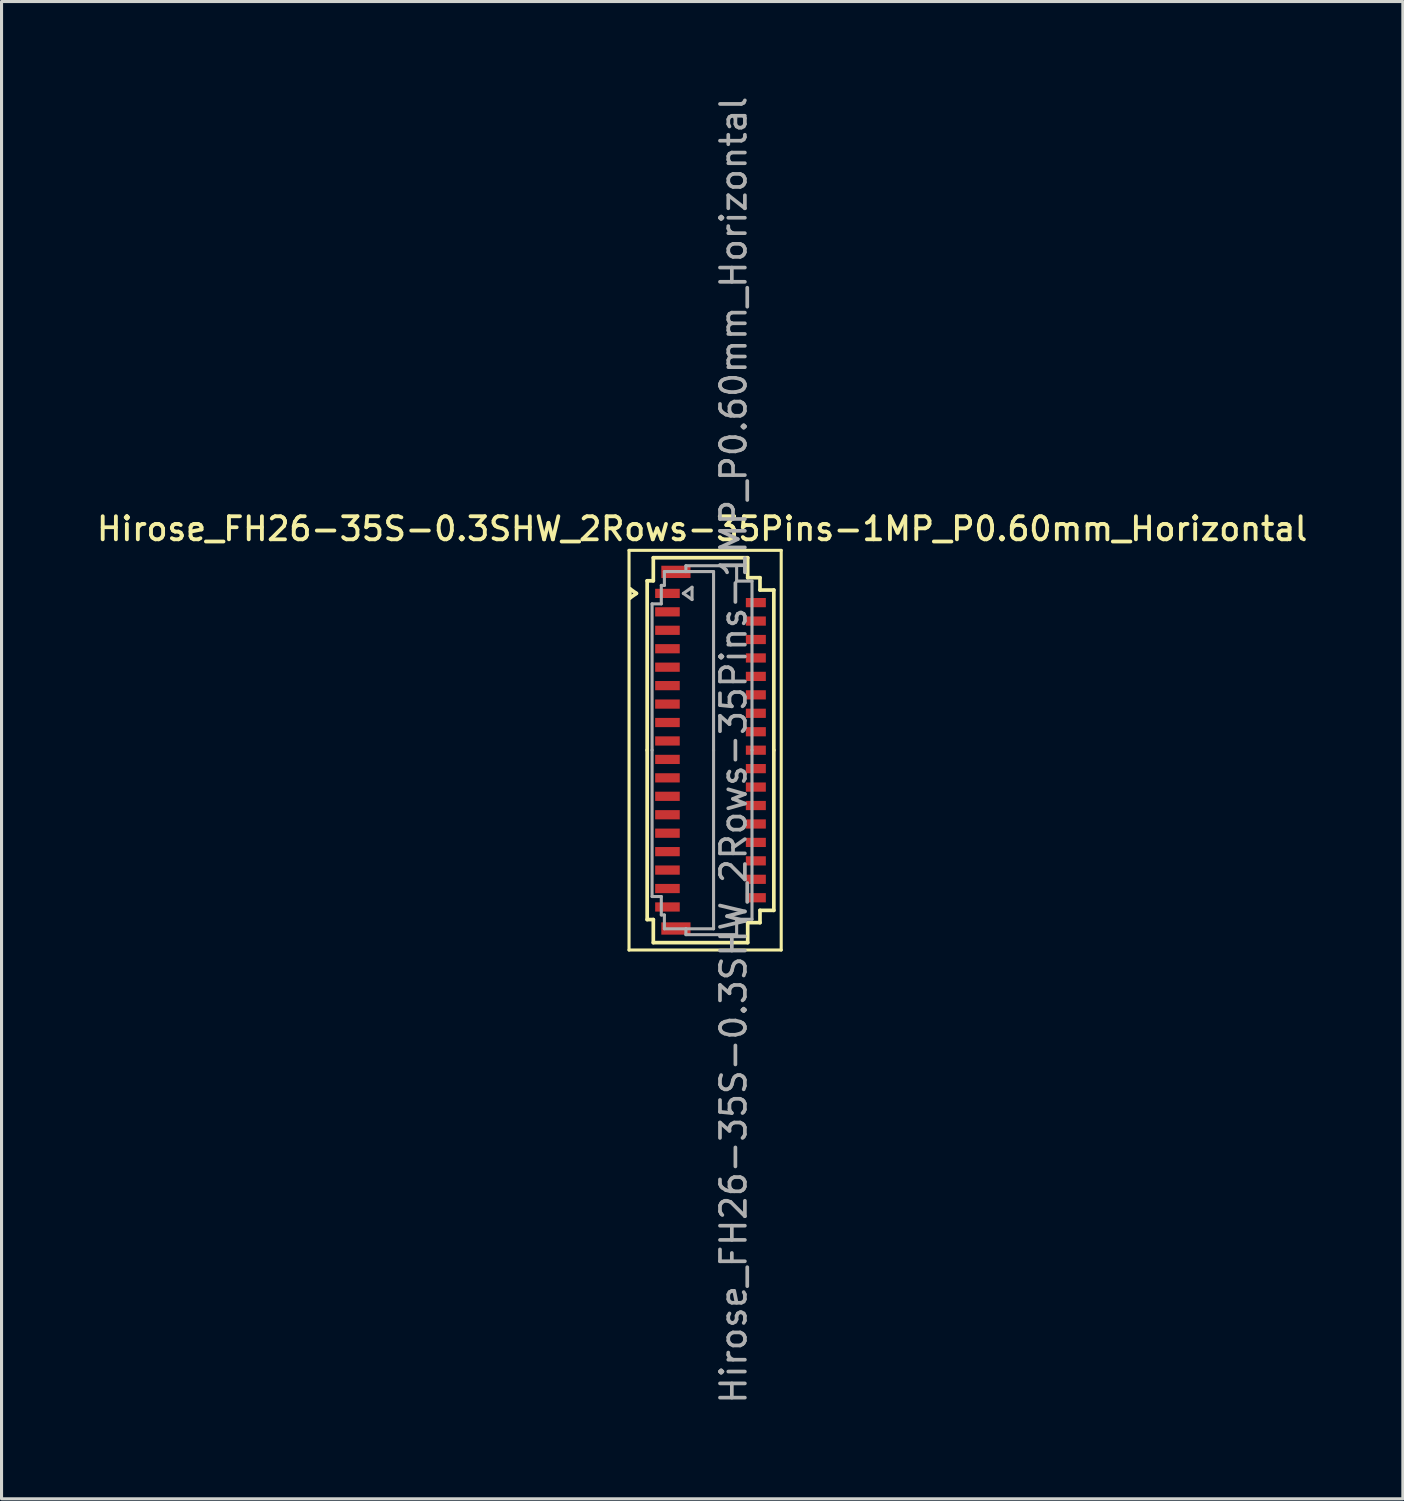
<source format=kicad_pcb>
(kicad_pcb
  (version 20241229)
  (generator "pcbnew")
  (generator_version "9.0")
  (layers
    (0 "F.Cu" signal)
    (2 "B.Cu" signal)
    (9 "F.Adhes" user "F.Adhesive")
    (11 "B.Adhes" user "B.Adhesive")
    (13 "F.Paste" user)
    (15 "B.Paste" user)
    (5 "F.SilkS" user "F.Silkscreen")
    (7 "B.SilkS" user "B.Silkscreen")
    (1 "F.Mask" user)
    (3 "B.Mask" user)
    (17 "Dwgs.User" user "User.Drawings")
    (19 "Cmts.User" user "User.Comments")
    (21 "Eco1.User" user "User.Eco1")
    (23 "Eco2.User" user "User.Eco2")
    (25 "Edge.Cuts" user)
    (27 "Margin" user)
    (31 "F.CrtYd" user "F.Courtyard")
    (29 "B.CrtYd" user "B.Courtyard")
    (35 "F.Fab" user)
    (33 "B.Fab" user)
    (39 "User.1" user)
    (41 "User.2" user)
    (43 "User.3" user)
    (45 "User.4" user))
  (footprint "Hirose_FH26-35S-0.3SHW_2Rows-35Pins-1MP_P0.60mm_Horizontal"
    (layer "F.Cu")
    (at 20.061 21.352)
    (property "Reference" "Hirose_FH26-35S-0.3SHW_2Rows-35Pins-1MP_P0.60mm_Horizontal" (at -0.27 -7.2 0) (layer "F.SilkS") (effects (font (size 0.75 0.75) (thickness 0.125))))
    (attr smd)
    (fp_line (start -2.65 -6.5) (end -2.65 6.5) (stroke (width 0.1) (type solid)) (layer "F.SilkS"))
    (fp_line (start -2.65 6.5) (end 2.3 6.5) (stroke (width 0.1) (type solid)) (layer "F.SilkS"))
    (fp_line (start -2.622 -5.25) (end -2.41 -5.1) (stroke (width 0.12) (type solid)) (layer "F.SilkS"))
    (fp_line (start -2.622 -4.95) (end -2.622 -5.25) (stroke (width 0.12) (type solid)) (layer "F.SilkS"))
    (fp_line (start -2.41 -5.1) (end -2.622 -4.95) (stroke (width 0.12) (type solid)) (layer "F.SilkS"))
    (fp_line (start -2.06 -5.51) (end -2.06 0) (stroke (width 0.12) (type solid)) (layer "F.SilkS"))
    (fp_line (start -2.06 5.51) (end -2.06 0) (stroke (width 0.12) (type solid)) (layer "F.SilkS"))
    (fp_line (start -1.86 -6.26) (end -1.86 -5.51) (stroke (width 0.12) (type solid)) (layer "F.SilkS"))
    (fp_line (start -1.86 -5.51) (end -2.06 -5.51) (stroke (width 0.12) (type solid)) (layer "F.SilkS"))
    (fp_line (start -1.86 5.51) (end -2.06 5.51) (stroke (width 0.12) (type solid)) (layer "F.SilkS"))
    (fp_line (start -1.86 6.26) (end -1.86 5.51) (stroke (width 0.12) (type solid)) (layer "F.SilkS"))
    (fp_line (start 1.21 -6.26) (end -1.86 -6.26) (stroke (width 0.12) (type solid)) (layer "F.SilkS"))
    (fp_line (start 1.21 -5.61) (end 1.21 -6.26) (stroke (width 0.12) (type solid)) (layer "F.SilkS"))
    (fp_line (start 1.21 5.61) (end 1.21 6.26) (stroke (width 0.12) (type solid)) (layer "F.SilkS"))
    (fp_line (start 1.21 6.26) (end -1.86 6.26) (stroke (width 0.12) (type solid)) (layer "F.SilkS"))
    (fp_line (start 1.61 -5.61) (end 1.21 -5.61) (stroke (width 0.12) (type solid)) (layer "F.SilkS"))
    (fp_line (start 1.61 -5.21) (end 1.61 -5.61) (stroke (width 0.12) (type solid)) (layer "F.SilkS"))
    (fp_line (start 1.61 5.21) (end 1.61 5.61) (stroke (width 0.12) (type solid)) (layer "F.SilkS"))
    (fp_line (start 1.61 5.61) (end 1.21 5.61) (stroke (width 0.12) (type solid)) (layer "F.SilkS"))
    (fp_line (start 2.06 -5.21) (end 1.61 -5.21) (stroke (width 0.12) (type solid)) (layer "F.SilkS"))
    (fp_line (start 2.06 0) (end 2.06 -5.21) (stroke (width 0.12) (type solid)) (layer "F.SilkS"))
    (fp_line (start 2.06 0) (end 2.06 5.21) (stroke (width 0.12) (type solid)) (layer "F.SilkS"))
    (fp_line (start 2.06 5.21) (end 1.61 5.21) (stroke (width 0.12) (type solid)) (layer "F.SilkS"))
    (fp_line (start 2.3 -6.5) (end -2.65 -6.5) (stroke (width 0.1) (type solid)) (layer "F.SilkS"))
    (fp_line (start 2.3 6.5) (end 2.3 -6.5) (stroke (width 0.1) (type solid)) (layer "F.SilkS"))
    (fp_line (start -1.9 -4.76) (end -1.6 -4.76) (stroke (width 0.1) (type solid)) (layer "F.Fab"))
    (fp_line (start -1.9 0) (end -1.9 -4.76) (stroke (width 0.1) (type solid)) (layer "F.Fab"))
    (fp_line (start -1.9 0) (end -1.9 4.76) (stroke (width 0.1) (type solid)) (layer "F.Fab"))
    (fp_line (start -1.9 4.76) (end -1.6 4.76) (stroke (width 0.1) (type solid)) (layer "F.Fab"))
    (fp_line (start -1.6 -5.36) (end -1.5 -5.36) (stroke (width 0.1) (type solid)) (layer "F.Fab"))
    (fp_line (start -1.6 -4.76) (end -1.6 -5.36) (stroke (width 0.1) (type solid)) (layer "F.Fab"))
    (fp_line (start -1.6 4.76) (end -1.6 5.36) (stroke (width 0.1) (type solid)) (layer "F.Fab"))
    (fp_line (start -1.6 5.36) (end -1.5 5.36) (stroke (width 0.1) (type solid)) (layer "F.Fab"))
    (fp_line (start -1.5 -5.81) (end -0.8 -5.81) (stroke (width 0.1) (type solid)) (layer "F.Fab"))
    (fp_line (start -1.5 -5.36) (end -1.5 -5.81) (stroke (width 0.1) (type solid)) (layer "F.Fab"))
    (fp_line (start -1.5 5.36) (end -1.5 5.81) (stroke (width 0.1) (type solid)) (layer "F.Fab"))
    (fp_line (start -1.5 5.81) (end -0.8 5.81) (stroke (width 0.1) (type solid)) (layer "F.Fab"))
    (fp_line (start -0.883 -5.1) (end -0.6 -4.9) (stroke (width 0.1) (type solid)) (layer "F.Fab"))
    (fp_line (start -0.8 -6) (end 0.85 -6) (stroke (width 0.1) (type solid)) (layer "F.Fab"))
    (fp_line (start -0.8 -5.81) (end -0.8 -6) (stroke (width 0.1) (type solid)) (layer "F.Fab"))
    (fp_line (start -0.8 5.81) (end -0.8 6) (stroke (width 0.1) (type solid)) (layer "F.Fab"))
    (fp_line (start -0.8 6) (end 0.85 6) (stroke (width 0.1) (type solid)) (layer "F.Fab"))
    (fp_line (start -0.6 -5.3) (end -0.883 -5.1) (stroke (width 0.1) (type solid)) (layer "F.Fab"))
    (fp_line (start -0.6 -4.9) (end -0.6 -5.3) (stroke (width 0.1) (type solid)) (layer "F.Fab"))
    (fp_line (start 0.1 -5.81) (end -0.8 -5.81) (stroke (width 0.1) (type solid)) (layer "F.Fab"))
    (fp_line (start 0.1 0) (end 0.1 -5.81) (stroke (width 0.1) (type solid)) (layer "F.Fab"))
    (fp_line (start 0.1 0) (end 0.1 5.81) (stroke (width 0.1) (type solid)) (layer "F.Fab"))
    (fp_line (start 0.1 5.81) (end -0.8 5.81) (stroke (width 0.1) (type solid)) (layer "F.Fab"))
    (fp_line (start 0.85 -6) (end 0.85 -5.5) (stroke (width 0.1) (type solid)) (layer "F.Fab"))
    (fp_line (start 0.85 -5.5) (end 1.35 -5.5) (stroke (width 0.1) (type solid)) (layer "F.Fab"))
    (fp_line (start 0.85 5.5) (end 1.35 5.5) (stroke (width 0.1) (type solid)) (layer "F.Fab"))
    (fp_line (start 0.85 6) (end 0.85 5.5) (stroke (width 0.1) (type solid)) (layer "F.Fab"))
    (fp_line (start 1.35 -5.5) (end 1.35 0) (stroke (width 0.1) (type solid)) (layer "F.Fab"))
    (fp_line (start 1.35 5.5) (end 1.35 0) (stroke (width 0.1) (type solid)) (layer "F.Fab"))
    (fp_text user "${REFERENCE}" (at 0.75 0 90) (layer "F.Fab") (effects (font (size 0.81 0.81) (thickness 0.12))))
    (pad "1" smd rect (at -1.4 -5.1) (size 0.8 0.3) (layers "F.Cu" "F.Mask" "F.Paste"))
    (pad "2" smd rect (at 1.475 -4.8) (size 0.65 0.3) (layers "F.Cu" "F.Mask" "F.Paste"))
    (pad "3" smd rect (at -1.4 -4.5) (size 0.8 0.3) (layers "F.Cu" "F.Mask" "F.Paste"))
    (pad "4" smd rect (at 1.475 -4.2) (size 0.65 0.3) (layers "F.Cu" "F.Mask" "F.Paste"))
    (pad "5" smd rect (at -1.4 -3.9) (size 0.8 0.3) (layers "F.Cu" "F.Mask" "F.Paste"))
    (pad "6" smd rect (at 1.475 -3.6) (size 0.65 0.3) (layers "F.Cu" "F.Mask" "F.Paste"))
    (pad "7" smd rect (at -1.4 -3.3) (size 0.8 0.3) (layers "F.Cu" "F.Mask" "F.Paste"))
    (pad "8" smd rect (at 1.475 -3) (size 0.65 0.3) (layers "F.Cu" "F.Mask" "F.Paste"))
    (pad "9" smd rect (at -1.4 -2.7) (size 0.8 0.3) (layers "F.Cu" "F.Mask" "F.Paste"))
    (pad "10" smd rect (at 1.475 -2.4) (size 0.65 0.3) (layers "F.Cu" "F.Mask" "F.Paste"))
    (pad "11" smd rect (at -1.4 -2.1) (size 0.8 0.3) (layers "F.Cu" "F.Mask" "F.Paste"))
    (pad "12" smd rect (at 1.475 -1.8) (size 0.65 0.3) (layers "F.Cu" "F.Mask" "F.Paste"))
    (pad "13" smd rect (at -1.4 -1.5) (size 0.8 0.3) (layers "F.Cu" "F.Mask" "F.Paste"))
    (pad "14" smd rect (at 1.475 -1.2) (size 0.65 0.3) (layers "F.Cu" "F.Mask" "F.Paste"))
    (pad "15" smd rect (at -1.4 -0.9) (size 0.8 0.3) (layers "F.Cu" "F.Mask" "F.Paste"))
    (pad "16" smd rect (at 1.475 -0.6) (size 0.65 0.3) (layers "F.Cu" "F.Mask" "F.Paste"))
    (pad "17" smd rect (at -1.4 -0.3) (size 0.8 0.3) (layers "F.Cu" "F.Mask" "F.Paste"))
    (pad "18" smd rect (at 1.475 0) (size 0.65 0.3) (layers "F.Cu" "F.Mask" "F.Paste"))
    (pad "19" smd rect (at -1.4 0.3) (size 0.8 0.3) (layers "F.Cu" "F.Mask" "F.Paste"))
    (pad "20" smd rect (at 1.475 0.6) (size 0.65 0.3) (layers "F.Cu" "F.Mask" "F.Paste"))
    (pad "21" smd rect (at -1.4 0.9) (size 0.8 0.3) (layers "F.Cu" "F.Mask" "F.Paste"))
    (pad "22" smd rect (at 1.475 1.2) (size 0.65 0.3) (layers "F.Cu" "F.Mask" "F.Paste"))
    (pad "23" smd rect (at -1.4 1.5) (size 0.8 0.3) (layers "F.Cu" "F.Mask" "F.Paste"))
    (pad "24" smd rect (at 1.475 1.8) (size 0.65 0.3) (layers "F.Cu" "F.Mask" "F.Paste"))
    (pad "25" smd rect (at -1.4 2.1) (size 0.8 0.3) (layers "F.Cu" "F.Mask" "F.Paste"))
    (pad "26" smd rect (at 1.475 2.4) (size 0.65 0.3) (layers "F.Cu" "F.Mask" "F.Paste"))
    (pad "27" smd rect (at -1.4 2.7) (size 0.8 0.3) (layers "F.Cu" "F.Mask" "F.Paste"))
    (pad "28" smd rect (at 1.475 3) (size 0.65 0.3) (layers "F.Cu" "F.Mask" "F.Paste"))
    (pad "29" smd rect (at -1.4 3.3) (size 0.8 0.3) (layers "F.Cu" "F.Mask" "F.Paste"))
    (pad "30" smd rect (at 1.475 3.6) (size 0.65 0.3) (layers "F.Cu" "F.Mask" "F.Paste"))
    (pad "31" smd rect (at -1.4 3.9) (size 0.8 0.3) (layers "F.Cu" "F.Mask" "F.Paste"))
    (pad "32" smd rect (at 1.475 4.2) (size 0.65 0.3) (layers "F.Cu" "F.Mask" "F.Paste"))
    (pad "33" smd rect (at -1.4 4.5) (size 0.8 0.3) (layers "F.Cu" "F.Mask" "F.Paste"))
    (pad "34" smd rect (at 1.475 4.8) (size 0.65 0.3) (layers "F.Cu" "F.Mask" "F.Paste"))
    (pad "35" smd rect (at -1.4 5.1) (size 0.8 0.3) (layers "F.Cu" "F.Mask" "F.Paste"))
    (pad "MP" smd rect (at -1.125 -5.8) (size 0.95 0.4) (layers "F.Cu" "F.Mask" "F.Paste"))
    (pad "MP" smd rect (at -1.125 5.8) (size 0.95 0.4) (layers "F.Cu" "F.Mask" "F.Paste")))
  (gr_rect
    (start -3 -3)
    (end 42.582 45.704)
    (stroke (width 0.1) (type default))
    (fill no)
    (layer "Edge.Cuts")))
</source>
